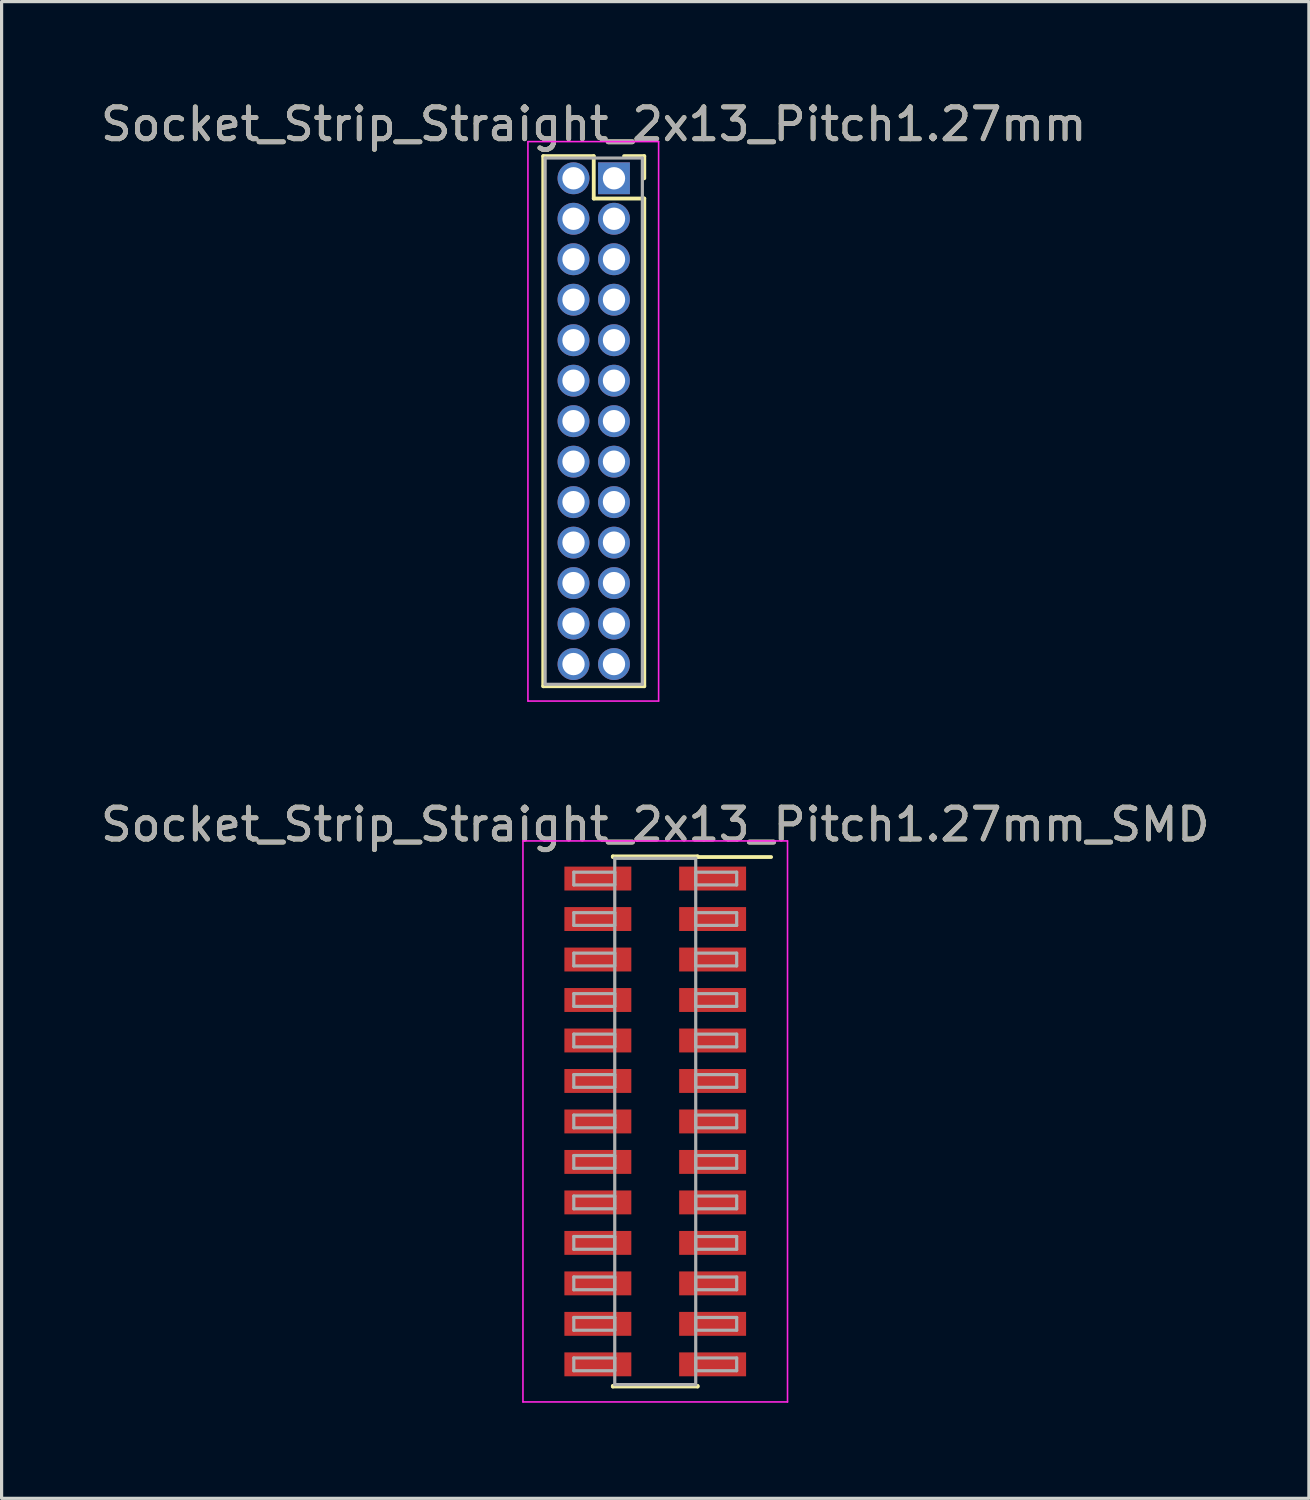
<source format=kicad_pcb>
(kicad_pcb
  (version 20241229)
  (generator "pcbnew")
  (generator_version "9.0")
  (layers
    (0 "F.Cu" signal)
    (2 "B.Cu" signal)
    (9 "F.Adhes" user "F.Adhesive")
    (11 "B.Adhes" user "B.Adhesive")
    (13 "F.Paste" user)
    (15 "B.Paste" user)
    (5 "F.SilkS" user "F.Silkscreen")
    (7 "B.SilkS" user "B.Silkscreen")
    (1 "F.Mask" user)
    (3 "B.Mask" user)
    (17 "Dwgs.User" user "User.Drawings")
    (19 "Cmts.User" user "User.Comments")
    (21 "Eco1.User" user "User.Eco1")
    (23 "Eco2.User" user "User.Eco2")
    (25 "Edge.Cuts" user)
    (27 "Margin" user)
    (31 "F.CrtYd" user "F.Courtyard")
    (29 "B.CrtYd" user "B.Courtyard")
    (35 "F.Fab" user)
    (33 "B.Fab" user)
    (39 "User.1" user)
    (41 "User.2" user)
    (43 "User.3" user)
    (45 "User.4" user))
  (footprint "Socket_Strip_Straight_2x13_Pitch1.27mm"
    (layer "F.Cu")
    (at 16.212 2.543)
    (property "Reference" "Socket_Strip_Straight_2x13_Pitch1.27mm" (at -0.635 -1.695 0) (layer "F.SilkS") (effects (font (size 1 1) (thickness 0.15))))
    (attr through_hole)
    (fp_line (start -2.22 -0.695) (end -0.635 -0.695) (stroke (width 0.12) (type solid)) (layer "F.SilkS"))
    (fp_line (start -2.22 15.935) (end -2.22 -0.695) (stroke (width 0.12) (type solid)) (layer "F.SilkS"))
    (fp_line (start -0.635 -0.695) (end -0.635 0.635) (stroke (width 0.12) (type solid)) (layer "F.SilkS"))
    (fp_line (start -0.635 0.635) (end 0.95 0.635) (stroke (width 0.12) (type solid)) (layer "F.SilkS"))
    (fp_line (start 0.95 -0.695) (end 0.315 -0.695) (stroke (width 0.12) (type solid)) (layer "F.SilkS"))
    (fp_line (start 0.95 0) (end 0.95 -0.695) (stroke (width 0.12) (type solid)) (layer "F.SilkS"))
    (fp_line (start 0.95 0.635) (end 0.95 15.935) (stroke (width 0.12) (type solid)) (layer "F.SilkS"))
    (fp_line (start 0.95 15.935) (end -2.22 15.935) (stroke (width 0.12) (type solid)) (layer "F.SilkS"))
    (fp_line (start -2.7 -1.15) (end -2.7 16.4) (stroke (width 0.05) (type solid)) (layer "F.CrtYd"))
    (fp_line (start -2.7 16.4) (end 1.4 16.4) (stroke (width 0.05) (type solid)) (layer "F.CrtYd"))
    (fp_line (start 1.4 -1.15) (end -2.7 -1.15) (stroke (width 0.05) (type solid)) (layer "F.CrtYd"))
    (fp_line (start 1.4 16.4) (end 1.4 -1.15) (stroke (width 0.05) (type solid)) (layer "F.CrtYd"))
    (fp_line (start -2.16 -0.635) (end -2.16 15.875) (stroke (width 0.1) (type solid)) (layer "F.Fab"))
    (fp_line (start -2.16 15.875) (end 0.89 15.875) (stroke (width 0.1) (type solid)) (layer "F.Fab"))
    (fp_line (start 0.89 -0.635) (end -2.16 -0.635) (stroke (width 0.1) (type solid)) (layer "F.Fab"))
    (fp_line (start 0.89 15.875) (end 0.89 -0.635) (stroke (width 0.1) (type solid)) (layer "F.Fab"))
    (fp_text user "${REFERENCE}" (at -0.635 -1.695 0) (layer "F.Fab") (effects (font (size 1 1) (thickness 0.15))))
    (pad "1" thru_hole rect (at 0 0) (size 1 1) (drill 0.7) (layers "*.Cu" "*.Mask"))
    (pad "2" thru_hole oval (at -1.27 0) (size 1 1) (drill 0.7) (layers "*.Cu" "*.Mask"))
    (pad "3" thru_hole oval (at 0 1.27) (size 1 1) (drill 0.7) (layers "*.Cu" "*.Mask"))
    (pad "4" thru_hole oval (at -1.27 1.27) (size 1 1) (drill 0.7) (layers "*.Cu" "*.Mask"))
    (pad "5" thru_hole oval (at 0 2.54) (size 1 1) (drill 0.7) (layers "*.Cu" "*.Mask"))
    (pad "6" thru_hole oval (at -1.27 2.54) (size 1 1) (drill 0.7) (layers "*.Cu" "*.Mask"))
    (pad "7" thru_hole oval (at 0 3.81) (size 1 1) (drill 0.7) (layers "*.Cu" "*.Mask"))
    (pad "8" thru_hole oval (at -1.27 3.81) (size 1 1) (drill 0.7) (layers "*.Cu" "*.Mask"))
    (pad "9" thru_hole oval (at 0 5.08) (size 1 1) (drill 0.7) (layers "*.Cu" "*.Mask"))
    (pad "10" thru_hole oval (at -1.27 5.08) (size 1 1) (drill 0.7) (layers "*.Cu" "*.Mask"))
    (pad "11" thru_hole oval (at 0 6.35) (size 1 1) (drill 0.7) (layers "*.Cu" "*.Mask"))
    (pad "12" thru_hole oval (at -1.27 6.35) (size 1 1) (drill 0.7) (layers "*.Cu" "*.Mask"))
    (pad "13" thru_hole oval (at 0 7.62) (size 1 1) (drill 0.7) (layers "*.Cu" "*.Mask"))
    (pad "14" thru_hole oval (at -1.27 7.62) (size 1 1) (drill 0.7) (layers "*.Cu" "*.Mask"))
    (pad "15" thru_hole oval (at 0 8.89) (size 1 1) (drill 0.7) (layers "*.Cu" "*.Mask"))
    (pad "16" thru_hole oval (at -1.27 8.89) (size 1 1) (drill 0.7) (layers "*.Cu" "*.Mask"))
    (pad "17" thru_hole oval (at 0 10.16) (size 1 1) (drill 0.7) (layers "*.Cu" "*.Mask"))
    (pad "18" thru_hole oval (at -1.27 10.16) (size 1 1) (drill 0.7) (layers "*.Cu" "*.Mask"))
    (pad "19" thru_hole oval (at 0 11.43) (size 1 1) (drill 0.7) (layers "*.Cu" "*.Mask"))
    (pad "20" thru_hole oval (at -1.27 11.43) (size 1 1) (drill 0.7) (layers "*.Cu" "*.Mask"))
    (pad "21" thru_hole oval (at 0 12.7) (size 1 1) (drill 0.7) (layers "*.Cu" "*.Mask"))
    (pad "22" thru_hole oval (at -1.27 12.7) (size 1 1) (drill 0.7) (layers "*.Cu" "*.Mask"))
    (pad "23" thru_hole oval (at 0 13.97) (size 1 1) (drill 0.7) (layers "*.Cu" "*.Mask"))
    (pad "24" thru_hole oval (at -1.27 13.97) (size 1 1) (drill 0.7) (layers "*.Cu" "*.Mask"))
    (pad "25" thru_hole oval (at 0 15.24) (size 1 1) (drill 0.7) (layers "*.Cu" "*.Mask"))
    (pad "26" thru_hole oval (at -1.27 15.24) (size 1 1) (drill 0.7) (layers "*.Cu" "*.Mask")))
  (footprint "Socket_Strip_Straight_2x13_Pitch1.27mm_SMD"
    (layer "F.Cu")
    (at 17.506 32.132)
    (property "Reference" "Socket_Strip_Straight_2x13_Pitch1.27mm_SMD" (at 0 -9.315 0) (layer "F.SilkS") (effects (font (size 1 1) (thickness 0.15))))
    (attr smd)
    (fp_line (start -1.33 -8.315) (end 1.33 -8.315) (stroke (width 0.12) (type solid)) (layer "F.SilkS"))
    (fp_line (start -1.33 -8.295) (end -1.33 -8.315) (stroke (width 0.12) (type solid)) (layer "F.SilkS"))
    (fp_line (start -1.33 8.295) (end -1.33 8.315) (stroke (width 0.12) (type solid)) (layer "F.SilkS"))
    (fp_line (start -1.33 8.315) (end 1.33 8.315) (stroke (width 0.12) (type solid)) (layer "F.SilkS"))
    (fp_line (start 1.33 -8.315) (end 1.33 -8.295) (stroke (width 0.12) (type solid)) (layer "F.SilkS"))
    (fp_line (start 1.33 8.315) (end 1.33 8.295) (stroke (width 0.12) (type solid)) (layer "F.SilkS"))
    (fp_line (start 3.635 -8.295) (end 1.33 -8.295) (stroke (width 0.12) (type solid)) (layer "F.SilkS"))
    (fp_line (start -4.15 -8.8) (end -4.15 8.8) (stroke (width 0.05) (type solid)) (layer "F.CrtYd"))
    (fp_line (start -4.15 8.8) (end 4.15 8.8) (stroke (width 0.05) (type solid)) (layer "F.CrtYd"))
    (fp_line (start 4.15 -8.8) (end -4.15 -8.8) (stroke (width 0.05) (type solid)) (layer "F.CrtYd"))
    (fp_line (start 4.15 8.8) (end 4.15 -8.8) (stroke (width 0.05) (type solid)) (layer "F.CrtYd"))
    (fp_line (start -2.555 -7.82) (end -1.27 -7.82) (stroke (width 0.1) (type solid)) (layer "F.Fab"))
    (fp_line (start -2.555 -7.42) (end -2.555 -7.82) (stroke (width 0.1) (type solid)) (layer "F.Fab"))
    (fp_line (start -2.555 -6.55) (end -1.27 -6.55) (stroke (width 0.1) (type solid)) (layer "F.Fab"))
    (fp_line (start -2.555 -6.15) (end -2.555 -6.55) (stroke (width 0.1) (type solid)) (layer "F.Fab"))
    (fp_line (start -2.555 -5.28) (end -1.27 -5.28) (stroke (width 0.1) (type solid)) (layer "F.Fab"))
    (fp_line (start -2.555 -4.88) (end -2.555 -5.28) (stroke (width 0.1) (type solid)) (layer "F.Fab"))
    (fp_line (start -2.555 -4.01) (end -1.27 -4.01) (stroke (width 0.1) (type solid)) (layer "F.Fab"))
    (fp_line (start -2.555 -3.61) (end -2.555 -4.01) (stroke (width 0.1) (type solid)) (layer "F.Fab"))
    (fp_line (start -2.555 -2.74) (end -1.27 -2.74) (stroke (width 0.1) (type solid)) (layer "F.Fab"))
    (fp_line (start -2.555 -2.34) (end -2.555 -2.74) (stroke (width 0.1) (type solid)) (layer "F.Fab"))
    (fp_line (start -2.555 -1.47) (end -1.27 -1.47) (stroke (width 0.1) (type solid)) (layer "F.Fab"))
    (fp_line (start -2.555 -1.07) (end -2.555 -1.47) (stroke (width 0.1) (type solid)) (layer "F.Fab"))
    (fp_line (start -2.555 -0.2) (end -1.27 -0.2) (stroke (width 0.1) (type solid)) (layer "F.Fab"))
    (fp_line (start -2.555 0.2) (end -2.555 -0.2) (stroke (width 0.1) (type solid)) (layer "F.Fab"))
    (fp_line (start -2.555 1.07) (end -1.27 1.07) (stroke (width 0.1) (type solid)) (layer "F.Fab"))
    (fp_line (start -2.555 1.47) (end -2.555 1.07) (stroke (width 0.1) (type solid)) (layer "F.Fab"))
    (fp_line (start -2.555 2.34) (end -1.27 2.34) (stroke (width 0.1) (type solid)) (layer "F.Fab"))
    (fp_line (start -2.555 2.74) (end -2.555 2.34) (stroke (width 0.1) (type solid)) (layer "F.Fab"))
    (fp_line (start -2.555 3.61) (end -1.27 3.61) (stroke (width 0.1) (type solid)) (layer "F.Fab"))
    (fp_line (start -2.555 4.01) (end -2.555 3.61) (stroke (width 0.1) (type solid)) (layer "F.Fab"))
    (fp_line (start -2.555 4.88) (end -1.27 4.88) (stroke (width 0.1) (type solid)) (layer "F.Fab"))
    (fp_line (start -2.555 5.28) (end -2.555 4.88) (stroke (width 0.1) (type solid)) (layer "F.Fab"))
    (fp_line (start -2.555 6.15) (end -1.27 6.15) (stroke (width 0.1) (type solid)) (layer "F.Fab"))
    (fp_line (start -2.555 6.55) (end -2.555 6.15) (stroke (width 0.1) (type solid)) (layer "F.Fab"))
    (fp_line (start -2.555 7.42) (end -1.27 7.42) (stroke (width 0.1) (type solid)) (layer "F.Fab"))
    (fp_line (start -2.555 7.82) (end -2.555 7.42) (stroke (width 0.1) (type solid)) (layer "F.Fab"))
    (fp_line (start -1.27 -8.255) (end -1.27 8.255) (stroke (width 0.1) (type solid)) (layer "F.Fab"))
    (fp_line (start -1.27 -7.82) (end -1.27 -7.42) (stroke (width 0.1) (type solid)) (layer "F.Fab"))
    (fp_line (start -1.27 -7.42) (end -2.555 -7.42) (stroke (width 0.1) (type solid)) (layer "F.Fab"))
    (fp_line (start -1.27 -6.55) (end -1.27 -6.15) (stroke (width 0.1) (type solid)) (layer "F.Fab"))
    (fp_line (start -1.27 -6.15) (end -2.555 -6.15) (stroke (width 0.1) (type solid)) (layer "F.Fab"))
    (fp_line (start -1.27 -5.28) (end -1.27 -4.88) (stroke (width 0.1) (type solid)) (layer "F.Fab"))
    (fp_line (start -1.27 -4.88) (end -2.555 -4.88) (stroke (width 0.1) (type solid)) (layer "F.Fab"))
    (fp_line (start -1.27 -4.01) (end -1.27 -3.61) (stroke (width 0.1) (type solid)) (layer "F.Fab"))
    (fp_line (start -1.27 -3.61) (end -2.555 -3.61) (stroke (width 0.1) (type solid)) (layer "F.Fab"))
    (fp_line (start -1.27 -2.74) (end -1.27 -2.34) (stroke (width 0.1) (type solid)) (layer "F.Fab"))
    (fp_line (start -1.27 -2.34) (end -2.555 -2.34) (stroke (width 0.1) (type solid)) (layer "F.Fab"))
    (fp_line (start -1.27 -1.47) (end -1.27 -1.07) (stroke (width 0.1) (type solid)) (layer "F.Fab"))
    (fp_line (start -1.27 -1.07) (end -2.555 -1.07) (stroke (width 0.1) (type solid)) (layer "F.Fab"))
    (fp_line (start -1.27 -0.2) (end -1.27 0.2) (stroke (width 0.1) (type solid)) (layer "F.Fab"))
    (fp_line (start -1.27 0.2) (end -2.555 0.2) (stroke (width 0.1) (type solid)) (layer "F.Fab"))
    (fp_line (start -1.27 1.07) (end -1.27 1.47) (stroke (width 0.1) (type solid)) (layer "F.Fab"))
    (fp_line (start -1.27 1.47) (end -2.555 1.47) (stroke (width 0.1) (type solid)) (layer "F.Fab"))
    (fp_line (start -1.27 2.34) (end -1.27 2.74) (stroke (width 0.1) (type solid)) (layer "F.Fab"))
    (fp_line (start -1.27 2.74) (end -2.555 2.74) (stroke (width 0.1) (type solid)) (layer "F.Fab"))
    (fp_line (start -1.27 3.61) (end -1.27 4.01) (stroke (width 0.1) (type solid)) (layer "F.Fab"))
    (fp_line (start -1.27 4.01) (end -2.555 4.01) (stroke (width 0.1) (type solid)) (layer "F.Fab"))
    (fp_line (start -1.27 4.88) (end -1.27 5.28) (stroke (width 0.1) (type solid)) (layer "F.Fab"))
    (fp_line (start -1.27 5.28) (end -2.555 5.28) (stroke (width 0.1) (type solid)) (layer "F.Fab"))
    (fp_line (start -1.27 6.15) (end -1.27 6.55) (stroke (width 0.1) (type solid)) (layer "F.Fab"))
    (fp_line (start -1.27 6.55) (end -2.555 6.55) (stroke (width 0.1) (type solid)) (layer "F.Fab"))
    (fp_line (start -1.27 7.42) (end -1.27 7.82) (stroke (width 0.1) (type solid)) (layer "F.Fab"))
    (fp_line (start -1.27 7.82) (end -2.555 7.82) (stroke (width 0.1) (type solid)) (layer "F.Fab"))
    (fp_line (start -1.27 8.255) (end 1.27 8.255) (stroke (width 0.1) (type solid)) (layer "F.Fab"))
    (fp_line (start 1.27 -8.255) (end -1.27 -8.255) (stroke (width 0.1) (type solid)) (layer "F.Fab"))
    (fp_line (start 1.27 -7.82) (end 1.27 -7.42) (stroke (width 0.1) (type solid)) (layer "F.Fab"))
    (fp_line (start 1.27 -7.42) (end 2.555 -7.42) (stroke (width 0.1) (type solid)) (layer "F.Fab"))
    (fp_line (start 1.27 -6.55) (end 1.27 -6.15) (stroke (width 0.1) (type solid)) (layer "F.Fab"))
    (fp_line (start 1.27 -6.15) (end 2.555 -6.15) (stroke (width 0.1) (type solid)) (layer "F.Fab"))
    (fp_line (start 1.27 -5.28) (end 1.27 -4.88) (stroke (width 0.1) (type solid)) (layer "F.Fab"))
    (fp_line (start 1.27 -4.88) (end 2.555 -4.88) (stroke (width 0.1) (type solid)) (layer "F.Fab"))
    (fp_line (start 1.27 -4.01) (end 1.27 -3.61) (stroke (width 0.1) (type solid)) (layer "F.Fab"))
    (fp_line (start 1.27 -3.61) (end 2.555 -3.61) (stroke (width 0.1) (type solid)) (layer "F.Fab"))
    (fp_line (start 1.27 -2.74) (end 1.27 -2.34) (stroke (width 0.1) (type solid)) (layer "F.Fab"))
    (fp_line (start 1.27 -2.34) (end 2.555 -2.34) (stroke (width 0.1) (type solid)) (layer "F.Fab"))
    (fp_line (start 1.27 -1.47) (end 1.27 -1.07) (stroke (width 0.1) (type solid)) (layer "F.Fab"))
    (fp_line (start 1.27 -1.07) (end 2.555 -1.07) (stroke (width 0.1) (type solid)) (layer "F.Fab"))
    (fp_line (start 1.27 -0.2) (end 1.27 0.2) (stroke (width 0.1) (type solid)) (layer "F.Fab"))
    (fp_line (start 1.27 0.2) (end 2.555 0.2) (stroke (width 0.1) (type solid)) (layer "F.Fab"))
    (fp_line (start 1.27 1.07) (end 1.27 1.47) (stroke (width 0.1) (type solid)) (layer "F.Fab"))
    (fp_line (start 1.27 1.47) (end 2.555 1.47) (stroke (width 0.1) (type solid)) (layer "F.Fab"))
    (fp_line (start 1.27 2.34) (end 1.27 2.74) (stroke (width 0.1) (type solid)) (layer "F.Fab"))
    (fp_line (start 1.27 2.74) (end 2.555 2.74) (stroke (width 0.1) (type solid)) (layer "F.Fab"))
    (fp_line (start 1.27 3.61) (end 1.27 4.01) (stroke (width 0.1) (type solid)) (layer "F.Fab"))
    (fp_line (start 1.27 4.01) (end 2.555 4.01) (stroke (width 0.1) (type solid)) (layer "F.Fab"))
    (fp_line (start 1.27 4.88) (end 1.27 5.28) (stroke (width 0.1) (type solid)) (layer "F.Fab"))
    (fp_line (start 1.27 5.28) (end 2.555 5.28) (stroke (width 0.1) (type solid)) (layer "F.Fab"))
    (fp_line (start 1.27 6.15) (end 1.27 6.55) (stroke (width 0.1) (type solid)) (layer "F.Fab"))
    (fp_line (start 1.27 6.55) (end 2.555 6.55) (stroke (width 0.1) (type solid)) (layer "F.Fab"))
    (fp_line (start 1.27 7.42) (end 1.27 7.82) (stroke (width 0.1) (type solid)) (layer "F.Fab"))
    (fp_line (start 1.27 7.82) (end 2.555 7.82) (stroke (width 0.1) (type solid)) (layer "F.Fab"))
    (fp_line (start 1.27 8.255) (end 1.27 -8.255) (stroke (width 0.1) (type solid)) (layer "F.Fab"))
    (fp_line (start 2.555 -7.82) (end 1.27 -7.82) (stroke (width 0.1) (type solid)) (layer "F.Fab"))
    (fp_line (start 2.555 -7.42) (end 2.555 -7.82) (stroke (width 0.1) (type solid)) (layer "F.Fab"))
    (fp_line (start 2.555 -6.55) (end 1.27 -6.55) (stroke (width 0.1) (type solid)) (layer "F.Fab"))
    (fp_line (start 2.555 -6.15) (end 2.555 -6.55) (stroke (width 0.1) (type solid)) (layer "F.Fab"))
    (fp_line (start 2.555 -5.28) (end 1.27 -5.28) (stroke (width 0.1) (type solid)) (layer "F.Fab"))
    (fp_line (start 2.555 -4.88) (end 2.555 -5.28) (stroke (width 0.1) (type solid)) (layer "F.Fab"))
    (fp_line (start 2.555 -4.01) (end 1.27 -4.01) (stroke (width 0.1) (type solid)) (layer "F.Fab"))
    (fp_line (start 2.555 -3.61) (end 2.555 -4.01) (stroke (width 0.1) (type solid)) (layer "F.Fab"))
    (fp_line (start 2.555 -2.74) (end 1.27 -2.74) (stroke (width 0.1) (type solid)) (layer "F.Fab"))
    (fp_line (start 2.555 -2.34) (end 2.555 -2.74) (stroke (width 0.1) (type solid)) (layer "F.Fab"))
    (fp_line (start 2.555 -1.47) (end 1.27 -1.47) (stroke (width 0.1) (type solid)) (layer "F.Fab"))
    (fp_line (start 2.555 -1.07) (end 2.555 -1.47) (stroke (width 0.1) (type solid)) (layer "F.Fab"))
    (fp_line (start 2.555 -0.2) (end 1.27 -0.2) (stroke (width 0.1) (type solid)) (layer "F.Fab"))
    (fp_line (start 2.555 0.2) (end 2.555 -0.2) (stroke (width 0.1) (type solid)) (layer "F.Fab"))
    (fp_line (start 2.555 1.07) (end 1.27 1.07) (stroke (width 0.1) (type solid)) (layer "F.Fab"))
    (fp_line (start 2.555 1.47) (end 2.555 1.07) (stroke (width 0.1) (type solid)) (layer "F.Fab"))
    (fp_line (start 2.555 2.34) (end 1.27 2.34) (stroke (width 0.1) (type solid)) (layer "F.Fab"))
    (fp_line (start 2.555 2.74) (end 2.555 2.34) (stroke (width 0.1) (type solid)) (layer "F.Fab"))
    (fp_line (start 2.555 3.61) (end 1.27 3.61) (stroke (width 0.1) (type solid)) (layer "F.Fab"))
    (fp_line (start 2.555 4.01) (end 2.555 3.61) (stroke (width 0.1) (type solid)) (layer "F.Fab"))
    (fp_line (start 2.555 4.88) (end 1.27 4.88) (stroke (width 0.1) (type solid)) (layer "F.Fab"))
    (fp_line (start 2.555 5.28) (end 2.555 4.88) (stroke (width 0.1) (type solid)) (layer "F.Fab"))
    (fp_line (start 2.555 6.15) (end 1.27 6.15) (stroke (width 0.1) (type solid)) (layer "F.Fab"))
    (fp_line (start 2.555 6.55) (end 2.555 6.15) (stroke (width 0.1) (type solid)) (layer "F.Fab"))
    (fp_line (start 2.555 7.42) (end 1.27 7.42) (stroke (width 0.1) (type solid)) (layer "F.Fab"))
    (fp_line (start 2.555 7.82) (end 2.555 7.42) (stroke (width 0.1) (type solid)) (layer "F.Fab"))
    (fp_text user "${REFERENCE}" (at 0 -9.315 0) (layer "F.Fab") (effects (font (size 1 1) (thickness 0.15))))
    (pad "1" smd rect (at 1.8 -7.62) (size 2.1 0.75) (layers "F.Cu" "F.Mask" "F.Paste"))
    (pad "2" smd rect (at -1.8 -7.62) (size 2.1 0.75) (layers "F.Cu" "F.Mask" "F.Paste"))
    (pad "3" smd rect (at 1.8 -6.35) (size 2.1 0.75) (layers "F.Cu" "F.Mask" "F.Paste"))
    (pad "4" smd rect (at -1.8 -6.35) (size 2.1 0.75) (layers "F.Cu" "F.Mask" "F.Paste"))
    (pad "5" smd rect (at 1.8 -5.08) (size 2.1 0.75) (layers "F.Cu" "F.Mask" "F.Paste"))
    (pad "6" smd rect (at -1.8 -5.08) (size 2.1 0.75) (layers "F.Cu" "F.Mask" "F.Paste"))
    (pad "7" smd rect (at 1.8 -3.81) (size 2.1 0.75) (layers "F.Cu" "F.Mask" "F.Paste"))
    (pad "8" smd rect (at -1.8 -3.81) (size 2.1 0.75) (layers "F.Cu" "F.Mask" "F.Paste"))
    (pad "9" smd rect (at 1.8 -2.54) (size 2.1 0.75) (layers "F.Cu" "F.Mask" "F.Paste"))
    (pad "10" smd rect (at -1.8 -2.54) (size 2.1 0.75) (layers "F.Cu" "F.Mask" "F.Paste"))
    (pad "11" smd rect (at 1.8 -1.27) (size 2.1 0.75) (layers "F.Cu" "F.Mask" "F.Paste"))
    (pad "12" smd rect (at -1.8 -1.27) (size 2.1 0.75) (layers "F.Cu" "F.Mask" "F.Paste"))
    (pad "13" smd rect (at 1.8 0) (size 2.1 0.75) (layers "F.Cu" "F.Mask" "F.Paste"))
    (pad "14" smd rect (at -1.8 0) (size 2.1 0.75) (layers "F.Cu" "F.Mask" "F.Paste"))
    (pad "15" smd rect (at 1.8 1.27) (size 2.1 0.75) (layers "F.Cu" "F.Mask" "F.Paste"))
    (pad "16" smd rect (at -1.8 1.27) (size 2.1 0.75) (layers "F.Cu" "F.Mask" "F.Paste"))
    (pad "17" smd rect (at 1.8 2.54) (size 2.1 0.75) (layers "F.Cu" "F.Mask" "F.Paste"))
    (pad "18" smd rect (at -1.8 2.54) (size 2.1 0.75) (layers "F.Cu" "F.Mask" "F.Paste"))
    (pad "19" smd rect (at 1.8 3.81) (size 2.1 0.75) (layers "F.Cu" "F.Mask" "F.Paste"))
    (pad "20" smd rect (at -1.8 3.81) (size 2.1 0.75) (layers "F.Cu" "F.Mask" "F.Paste"))
    (pad "21" smd rect (at 1.8 5.08) (size 2.1 0.75) (layers "F.Cu" "F.Mask" "F.Paste"))
    (pad "22" smd rect (at -1.8 5.08) (size 2.1 0.75) (layers "F.Cu" "F.Mask" "F.Paste"))
    (pad "23" smd rect (at 1.8 6.35) (size 2.1 0.75) (layers "F.Cu" "F.Mask" "F.Paste"))
    (pad "24" smd rect (at -1.8 6.35) (size 2.1 0.75) (layers "F.Cu" "F.Mask" "F.Paste"))
    (pad "25" smd rect (at 1.8 7.62) (size 2.1 0.75) (layers "F.Cu" "F.Mask" "F.Paste"))
    (pad "26" smd rect (at -1.8 7.62) (size 2.1 0.75) (layers "F.Cu" "F.Mask" "F.Paste")))
  (gr_rect
    (start -3 -3)
    (end 38.012 43.956)
    (stroke (width 0.1) (type default))
    (fill no)
    (layer "Edge.Cuts")))
</source>
